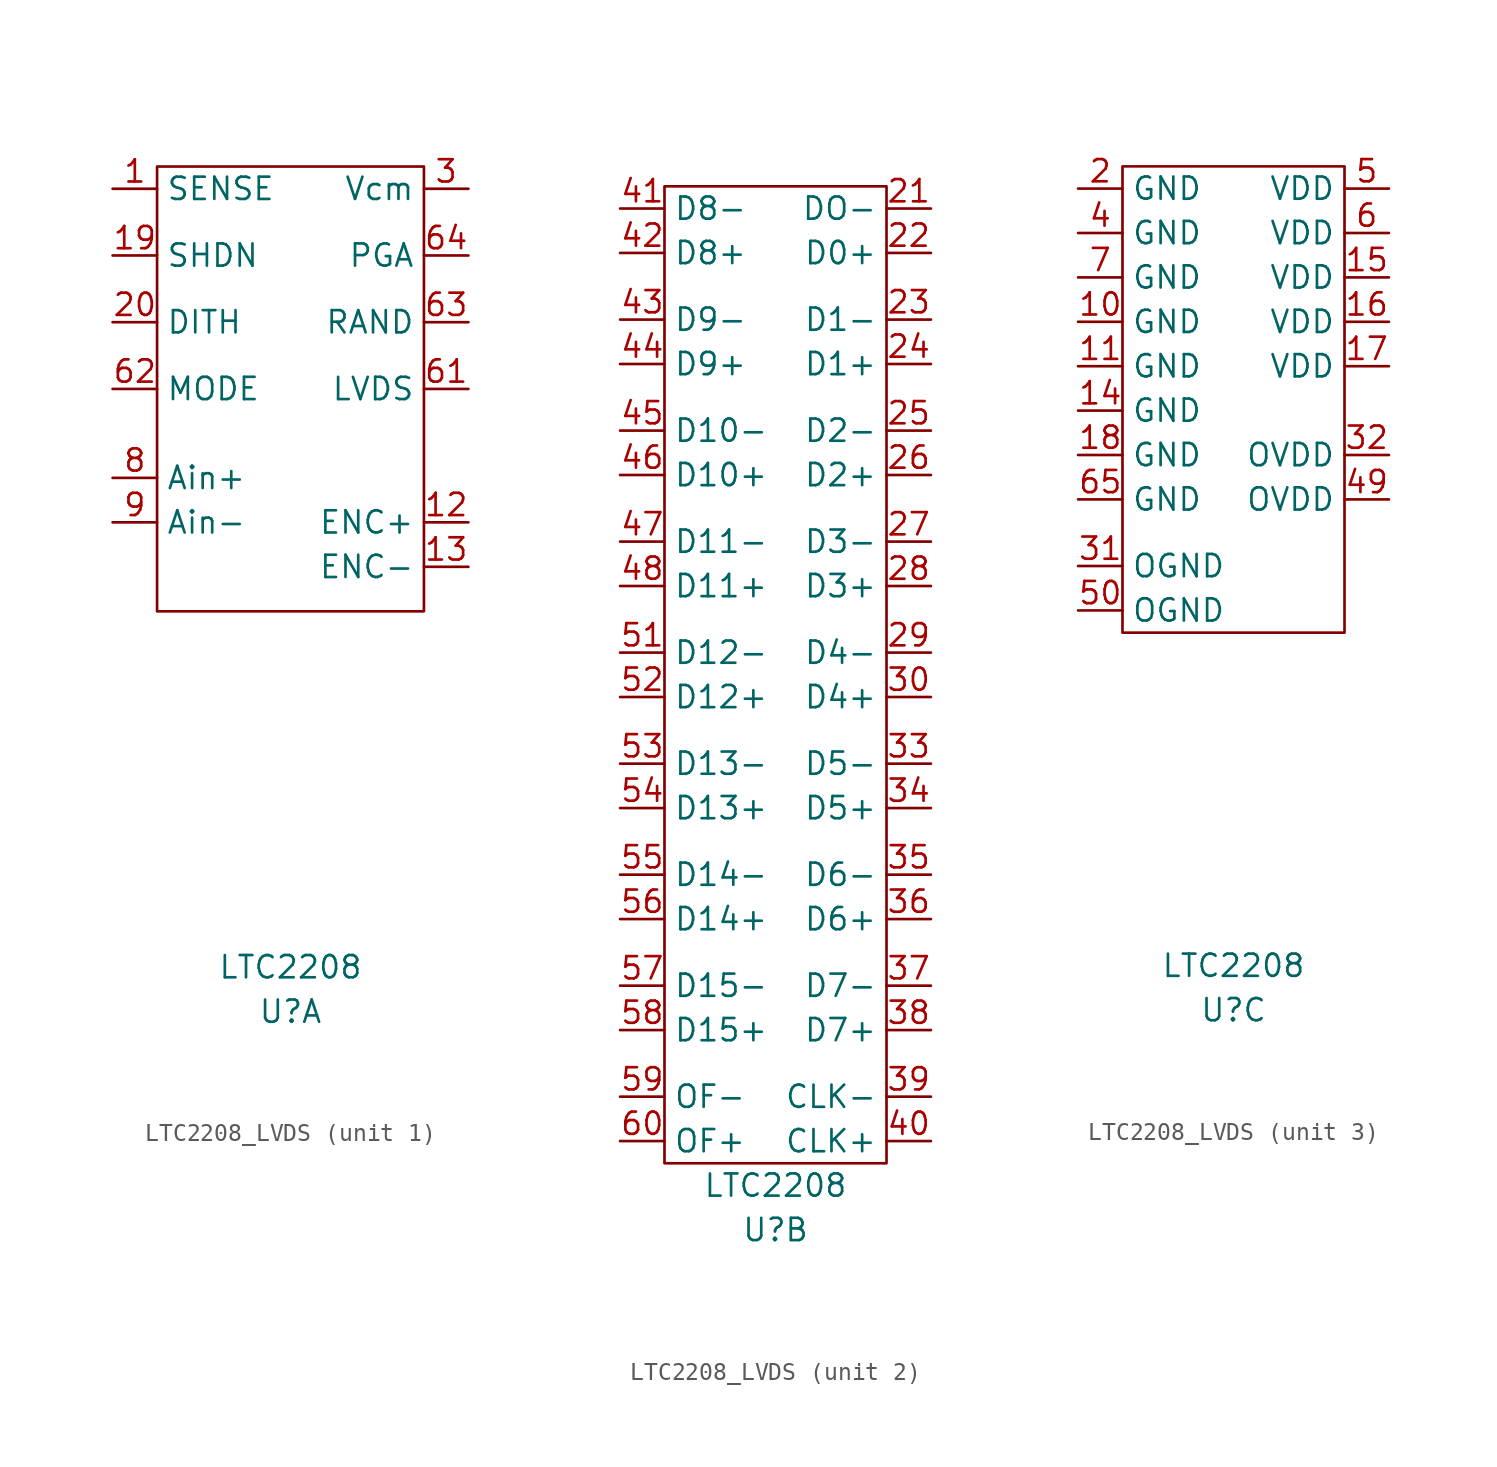
<source format=kicad_sym>
(kicad_symbol_lib
  (version 20220914)
  (generator kicad_symbol_editor)
  (symbol "LTC2208_LVDS"
    (property "Reference" "U"
      (at 0 -35.56 0)
      (effects (font (size 1.27 1.27))))
    (property "Value" "LTC2208"
      (at 0 -33.02 0)
      (effects (font (size 1.27 1.27))))
    (property "ki_locked" ""
      (at 0 0 0)
      (effects (font (size 1.27 1.27))))
    (symbol "LTC2208_LVDS_1_0"
      (pin input line (at -10.16 11.43 0) (length 2.54) (name "SENSE" (effects (font (size 1.27 1.27)))) (number "1" (effects (font (size 1.27 1.27))))))
    (symbol "LTC2208_LVDS_1_1"
      (rectangle (start -7.62 12.7) (end 7.62 -12.7) (stroke (width 0) (type default)) (fill (type none)))
      (pin input line (at 10.16 -7.62 180) (length 2.54) (name "ENC+" (effects (font (size 1.27 1.27)))) (number "12" (effects (font (size 1.27 1.27)))))
      (pin input line (at 10.16 -10.16 180) (length 2.54) (name "ENC-" (effects (font (size 1.27 1.27)))) (number "13" (effects (font (size 1.27 1.27)))))
      (pin input line (at -10.16 7.62 0) (length 2.54) (name "SHDN" (effects (font (size 1.27 1.27)))) (number "19" (effects (font (size 1.27 1.27)))))
      (pin input line (at -10.16 3.81 0) (length 2.54) (name "DITH" (effects (font (size 1.27 1.27)))) (number "20" (effects (font (size 1.27 1.27)))))
      (pin power_out line (at 10.16 11.43 180) (length 2.54) (name "Vcm" (effects (font (size 1.27 1.27)))) (number "3" (effects (font (size 1.27 1.27)))))
      (pin input line (at 10.16 0 180) (length 2.54) (name "LVDS" (effects (font (size 1.27 1.27)))) (number "61" (effects (font (size 1.27 1.27)))))
      (pin input line (at -10.16 0 0) (length 2.54) (name "MODE" (effects (font (size 1.27 1.27)))) (number "62" (effects (font (size 1.27 1.27)))))
      (pin input line (at 10.16 3.81 180) (length 2.54) (name "RAND" (effects (font (size 1.27 1.27)))) (number "63" (effects (font (size 1.27 1.27)))))
      (pin input line (at 10.16 7.62 180) (length 2.54) (name "PGA" (effects (font (size 1.27 1.27)))) (number "64" (effects (font (size 1.27 1.27)))))
      (pin input line (at -10.16 -5.08 0) (length 2.54) (name "Ain+" (effects (font (size 1.27 1.27)))) (number "8" (effects (font (size 1.27 1.27)))))
      (pin input line (at -10.16 -7.62 0) (length 2.54) (name "Ain-" (effects (font (size 1.27 1.27)))) (number "9" (effects (font (size 1.27 1.27))))))
    (symbol "LTC2208_LVDS_2_1"
      (rectangle (start -6.35 24.13) (end 6.35 -31.75) (stroke (width 0) (type default)) (fill (type none)))
      (pin output line (at 8.89 22.86 180) (length 2.54) (name "DO-" (effects (font (size 1.27 1.27)))) (number "21" (effects (font (size 1.27 1.27)))))
      (pin output line (at 8.89 20.32 180) (length 2.54) (name "D0+" (effects (font (size 1.27 1.27)))) (number "22" (effects (font (size 1.27 1.27)))))
      (pin output line (at 8.89 16.51 180) (length 2.54) (name "D1-" (effects (font (size 1.27 1.27)))) (number "23" (effects (font (size 1.27 1.27)))))
      (pin output line (at 8.89 13.97 180) (length 2.54) (name "D1+" (effects (font (size 1.27 1.27)))) (number "24" (effects (font (size 1.27 1.27)))))
      (pin output line (at 8.89 10.16 180) (length 2.54) (name "D2-" (effects (font (size 1.27 1.27)))) (number "25" (effects (font (size 1.27 1.27)))))
      (pin output line (at 8.89 7.62 180) (length 2.54) (name "D2+" (effects (font (size 1.27 1.27)))) (number "26" (effects (font (size 1.27 1.27)))))
      (pin output line (at 8.89 3.81 180) (length 2.54) (name "D3-" (effects (font (size 1.27 1.27)))) (number "27" (effects (font (size 1.27 1.27)))))
      (pin output line (at 8.89 1.27 180) (length 2.54) (name "D3+" (effects (font (size 1.27 1.27)))) (number "28" (effects (font (size 1.27 1.27)))))
      (pin output line (at 8.89 -2.54 180) (length 2.54) (name "D4-" (effects (font (size 1.27 1.27)))) (number "29" (effects (font (size 1.27 1.27)))))
      (pin output line (at 8.89 -5.08 180) (length 2.54) (name "D4+" (effects (font (size 1.27 1.27)))) (number "30" (effects (font (size 1.27 1.27)))))
      (pin output line (at 8.89 -8.89 180) (length 2.54) (name "D5-" (effects (font (size 1.27 1.27)))) (number "33" (effects (font (size 1.27 1.27)))))
      (pin output line (at 8.89 -11.43 180) (length 2.54) (name "D5+" (effects (font (size 1.27 1.27)))) (number "34" (effects (font (size 1.27 1.27)))))
      (pin output line (at 8.89 -15.24 180) (length 2.54) (name "D6-" (effects (font (size 1.27 1.27)))) (number "35" (effects (font (size 1.27 1.27)))))
      (pin output line (at 8.89 -17.78 180) (length 2.54) (name "D6+" (effects (font (size 1.27 1.27)))) (number "36" (effects (font (size 1.27 1.27)))))
      (pin output line (at 8.89 -21.59 180) (length 2.54) (name "D7-" (effects (font (size 1.27 1.27)))) (number "37" (effects (font (size 1.27 1.27)))))
      (pin output line (at 8.89 -24.13 180) (length 2.54) (name "D7+" (effects (font (size 1.27 1.27)))) (number "38" (effects (font (size 1.27 1.27)))))
      (pin output line (at 8.89 -27.94 180) (length 2.54) (name "CLK-" (effects (font (size 1.27 1.27)))) (number "39" (effects (font (size 1.27 1.27)))))
      (pin output line (at 8.89 -30.48 180) (length 2.54) (name "CLK+" (effects (font (size 1.27 1.27)))) (number "40" (effects (font (size 1.27 1.27)))))
      (pin output line (at -8.89 22.86 0) (length 2.54) (name "D8-" (effects (font (size 1.27 1.27)))) (number "41" (effects (font (size 1.27 1.27)))))
      (pin output line (at -8.89 20.32 0) (length 2.54) (name "D8+" (effects (font (size 1.27 1.27)))) (number "42" (effects (font (size 1.27 1.27)))))
      (pin output line (at -8.89 16.51 0) (length 2.54) (name "D9-" (effects (font (size 1.27 1.27)))) (number "43" (effects (font (size 1.27 1.27)))))
      (pin output line (at -8.89 13.97 0) (length 2.54) (name "D9+" (effects (font (size 1.27 1.27)))) (number "44" (effects (font (size 1.27 1.27)))))
      (pin output line (at -8.89 10.16 0) (length 2.54) (name "D10-" (effects (font (size 1.27 1.27)))) (number "45" (effects (font (size 1.27 1.27)))))
      (pin output line (at -8.89 7.62 0) (length 2.54) (name "D10+" (effects (font (size 1.27 1.27)))) (number "46" (effects (font (size 1.27 1.27)))))
      (pin output line (at -8.89 3.81 0) (length 2.54) (name "D11-" (effects (font (size 1.27 1.27)))) (number "47" (effects (font (size 1.27 1.27)))))
      (pin output line (at -8.89 1.27 0) (length 2.54) (name "D11+" (effects (font (size 1.27 1.27)))) (number "48" (effects (font (size 1.27 1.27)))))
      (pin output line (at -8.89 -2.54 0) (length 2.54) (name "D12-" (effects (font (size 1.27 1.27)))) (number "51" (effects (font (size 1.27 1.27)))))
      (pin output line (at -8.89 -5.08 0) (length 2.54) (name "D12+" (effects (font (size 1.27 1.27)))) (number "52" (effects (font (size 1.27 1.27)))))
      (pin output line (at -8.89 -8.89 0) (length 2.54) (name "D13-" (effects (font (size 1.27 1.27)))) (number "53" (effects (font (size 1.27 1.27)))))
      (pin output line (at -8.89 -11.43 0) (length 2.54) (name "D13+" (effects (font (size 1.27 1.27)))) (number "54" (effects (font (size 1.27 1.27)))))
      (pin output line (at -8.89 -15.24 0) (length 2.54) (name "D14-" (effects (font (size 1.27 1.27)))) (number "55" (effects (font (size 1.27 1.27)))))
      (pin output line (at -8.89 -17.78 0) (length 2.54) (name "D14+" (effects (font (size 1.27 1.27)))) (number "56" (effects (font (size 1.27 1.27)))))
      (pin output line (at -8.89 -21.59 0) (length 2.54) (name "D15-" (effects (font (size 1.27 1.27)))) (number "57" (effects (font (size 1.27 1.27)))))
      (pin output line (at -8.89 -24.13 0) (length 2.54) (name "D15+" (effects (font (size 1.27 1.27)))) (number "58" (effects (font (size 1.27 1.27)))))
      (pin output line (at -8.89 -27.94 0) (length 2.54) (name "OF-" (effects (font (size 1.27 1.27)))) (number "59" (effects (font (size 1.27 1.27)))))
      (pin output line (at -8.89 -30.48 0) (length 2.54) (name "OF+" (effects (font (size 1.27 1.27)))) (number "60" (effects (font (size 1.27 1.27))))))
    (symbol "LTC2208_LVDS_3_0"
      (pin power_in line (at -8.89 11.43 0) (length 2.54) (name "GND" (effects (font (size 1.27 1.27)))) (number "2" (effects (font (size 1.27 1.27)))))
      (pin power_in line (at -8.89 8.89 0) (length 2.54) (name "GND" (effects (font (size 1.27 1.27)))) (number "4" (effects (font (size 1.27 1.27))))))
    (symbol "LTC2208_LVDS_3_1"
      (rectangle (start -6.35 12.7) (end 6.35 -13.97) (stroke (width 0) (type default)) (fill (type none)))
      (pin power_in line (at -8.89 3.81 0) (length 2.54) (name "GND" (effects (font (size 1.27 1.27)))) (number "10" (effects (font (size 1.27 1.27)))))
      (pin power_in line (at -8.89 1.27 0) (length 2.54) (name "GND" (effects (font (size 1.27 1.27)))) (number "11" (effects (font (size 1.27 1.27)))))
      (pin power_in line (at -8.89 -1.27 0) (length 2.54) (name "GND" (effects (font (size 1.27 1.27)))) (number "14" (effects (font (size 1.27 1.27)))))
      (pin power_in line (at 8.89 6.35 180) (length 2.54) (name "VDD" (effects (font (size 1.27 1.27)))) (number "15" (effects (font (size 1.27 1.27)))))
      (pin power_in line (at 8.89 3.81 180) (length 2.54) (name "VDD" (effects (font (size 1.27 1.27)))) (number "16" (effects (font (size 1.27 1.27)))))
      (pin power_in line (at 8.89 1.27 180) (length 2.54) (name "VDD" (effects (font (size 1.27 1.27)))) (number "17" (effects (font (size 1.27 1.27)))))
      (pin power_in line (at -8.89 -3.81 0) (length 2.54) (name "GND" (effects (font (size 1.27 1.27)))) (number "18" (effects (font (size 1.27 1.27)))))
      (pin power_in line (at -8.89 -10.16 0) (length 2.54) (name "OGND" (effects (font (size 1.27 1.27)))) (number "31" (effects (font (size 1.27 1.27)))))
      (pin power_in line (at 8.89 -3.81 180) (length 2.54) (name "OVDD" (effects (font (size 1.27 1.27)))) (number "32" (effects (font (size 1.27 1.27)))))
      (pin power_in line (at 8.89 -6.35 180) (length 2.54) (name "OVDD" (effects (font (size 1.27 1.27)))) (number "49" (effects (font (size 1.27 1.27)))))
      (pin power_in line (at 8.89 11.43 180) (length 2.54) (name "VDD" (effects (font (size 1.27 1.27)))) (number "5" (effects (font (size 1.27 1.27)))))
      (pin power_in line (at -8.89 -12.7 0) (length 2.54) (name "OGND" (effects (font (size 1.27 1.27)))) (number "50" (effects (font (size 1.27 1.27)))))
      (pin power_in line (at 8.89 8.89 180) (length 2.54) (name "VDD" (effects (font (size 1.27 1.27)))) (number "6" (effects (font (size 1.27 1.27)))))
      (pin power_in line (at -8.89 -6.35 0) (length 2.54) (name "GND" (effects (font (size 1.27 1.27)))) (number "65" (effects (font (size 1.27 1.27)))))
      (pin power_in line (at -8.89 6.35 0) (length 2.54) (name "GND" (effects (font (size 1.27 1.27)))) (number "7" (effects (font (size 1.27 1.27))))))))
</source>
